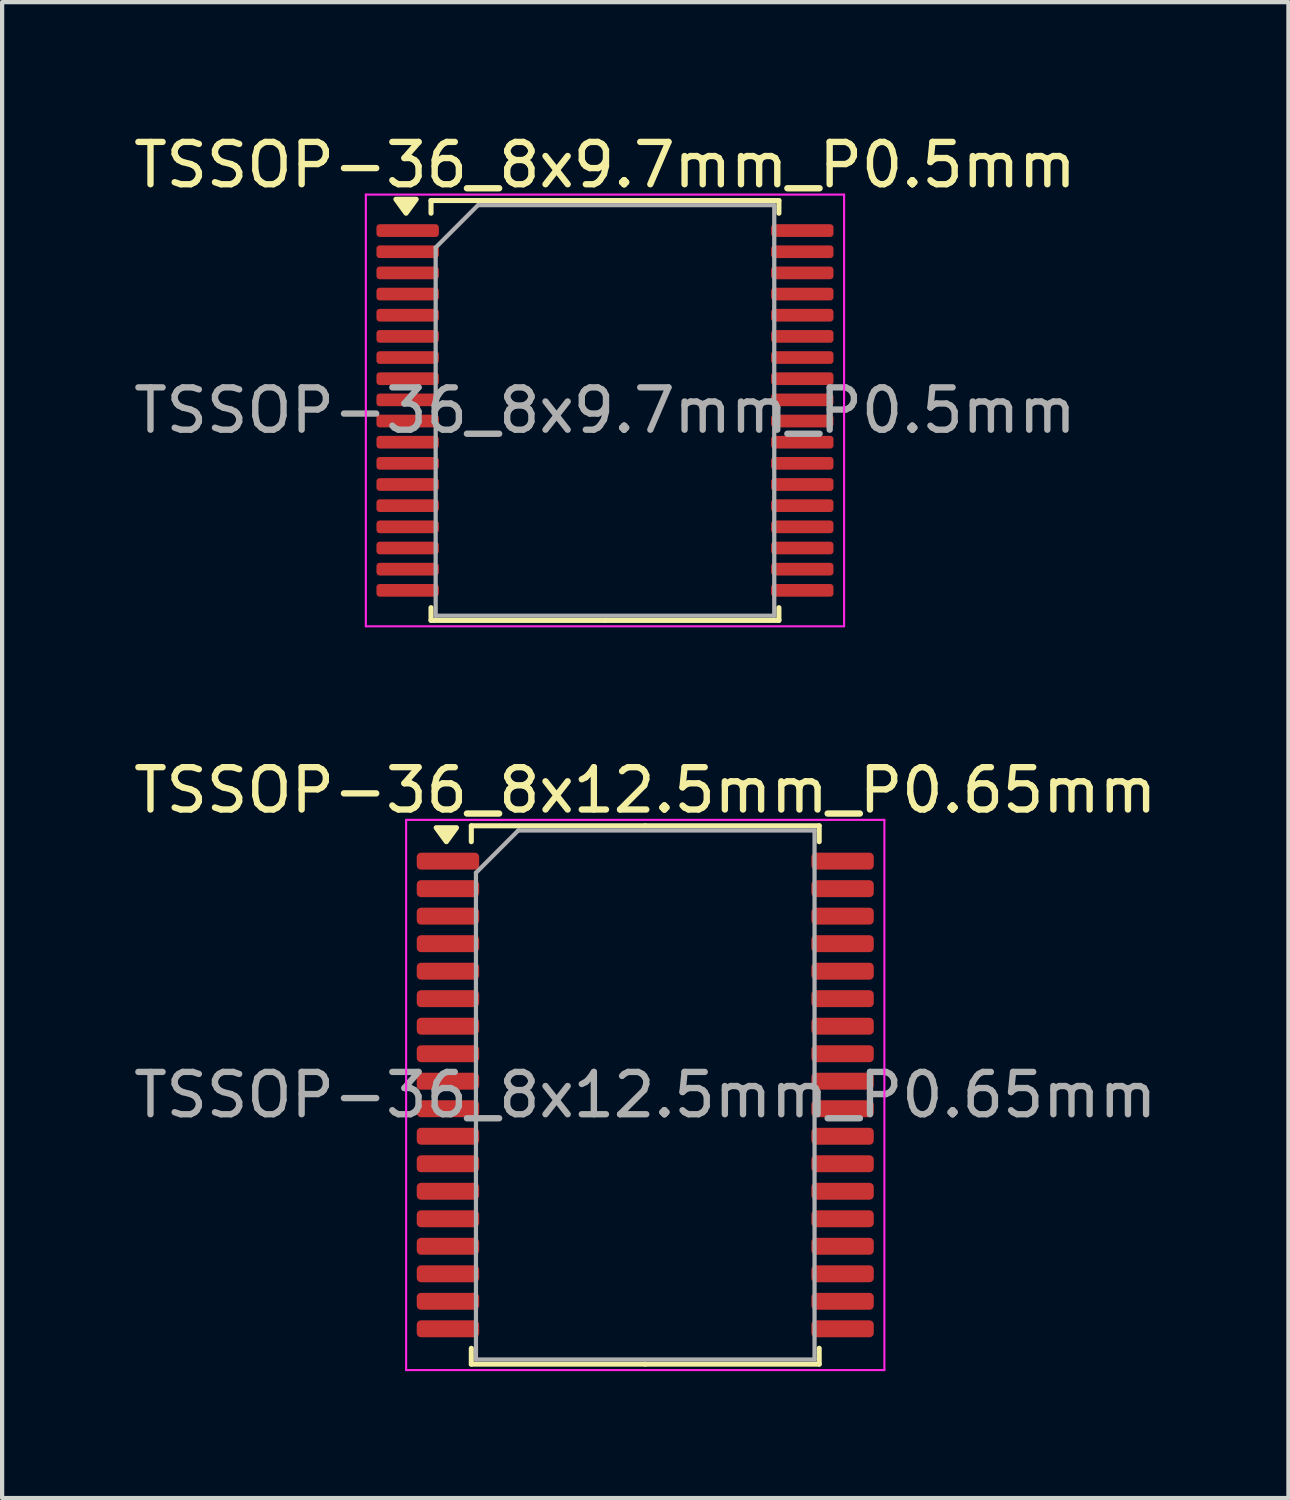
<source format=kicad_pcb>
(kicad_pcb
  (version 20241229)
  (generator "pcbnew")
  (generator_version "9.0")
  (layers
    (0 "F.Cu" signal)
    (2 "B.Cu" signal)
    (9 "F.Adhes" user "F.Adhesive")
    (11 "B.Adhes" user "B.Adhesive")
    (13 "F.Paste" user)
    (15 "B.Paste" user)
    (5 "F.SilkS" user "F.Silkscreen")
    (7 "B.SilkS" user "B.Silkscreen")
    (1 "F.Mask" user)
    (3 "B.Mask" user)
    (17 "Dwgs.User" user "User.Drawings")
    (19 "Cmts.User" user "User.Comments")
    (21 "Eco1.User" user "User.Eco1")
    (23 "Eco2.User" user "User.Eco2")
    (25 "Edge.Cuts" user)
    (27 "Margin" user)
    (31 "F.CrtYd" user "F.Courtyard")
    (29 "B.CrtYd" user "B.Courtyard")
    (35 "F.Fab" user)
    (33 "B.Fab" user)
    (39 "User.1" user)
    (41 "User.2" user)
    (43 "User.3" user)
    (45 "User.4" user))
  (footprint "TSSOP-36_8x9.7mm_P0.5mm"
    (layer "F.Cu")
    (at 11.244 6.648)
    (property "Reference" "TSSOP-36_8x9.7mm_P0.5mm" (at 0 -5.8 0) (layer "F.SilkS") (effects (font (size 1 1) (thickness 0.15))))
    (attr smd)
    (fp_line (start -4.11 -4.96) (end -4.11 -4.66) (stroke (width 0.12) (type solid)) (layer "F.SilkS"))
    (fp_line (start -4.11 4.96) (end -4.11 4.66) (stroke (width 0.12) (type solid)) (layer "F.SilkS"))
    (fp_line (start 0 -4.96) (end -4.11 -4.96) (stroke (width 0.12) (type solid)) (layer "F.SilkS"))
    (fp_line (start 0 -4.96) (end 4.11 -4.96) (stroke (width 0.12) (type solid)) (layer "F.SilkS"))
    (fp_line (start 0 4.96) (end -4.11 4.96) (stroke (width 0.12) (type solid)) (layer "F.SilkS"))
    (fp_line (start 0 4.96) (end 4.11 4.96) (stroke (width 0.12) (type solid)) (layer "F.SilkS"))
    (fp_line (start 4.11 -4.96) (end 4.11 -4.66) (stroke (width 0.12) (type solid)) (layer "F.SilkS"))
    (fp_line (start 4.11 4.96) (end 4.11 4.66) (stroke (width 0.12) (type solid)) (layer "F.SilkS"))
    (fp_poly (pts (xy -4.7 -4.66) (xy -4.94 -4.99) (xy -4.46 -4.99) (xy -4.7 -4.66)) (stroke (width 0.12) (type solid)) (fill yes) (layer "F.SilkS"))
    (fp_line (start -5.65 -5.1) (end -5.65 5.1) (stroke (width 0.05) (type solid)) (layer "F.CrtYd"))
    (fp_line (start -5.65 5.1) (end 5.65 5.1) (stroke (width 0.05) (type solid)) (layer "F.CrtYd"))
    (fp_line (start 5.65 -5.1) (end -5.65 -5.1) (stroke (width 0.05) (type solid)) (layer "F.CrtYd"))
    (fp_line (start 5.65 5.1) (end 5.65 -5.1) (stroke (width 0.05) (type solid)) (layer "F.CrtYd"))
    (fp_line (start -4 -3.85) (end -3 -4.85) (stroke (width 0.1) (type solid)) (layer "F.Fab"))
    (fp_line (start -4 4.85) (end -4 -3.85) (stroke (width 0.1) (type solid)) (layer "F.Fab"))
    (fp_line (start -3 -4.85) (end 4 -4.85) (stroke (width 0.1) (type solid)) (layer "F.Fab"))
    (fp_line (start 4 -4.85) (end 4 4.85) (stroke (width 0.1) (type solid)) (layer "F.Fab"))
    (fp_line (start 4 4.85) (end -4 4.85) (stroke (width 0.1) (type solid)) (layer "F.Fab"))
    (fp_text user "${REFERENCE}" (at 0 0 0) (layer "F.Fab") (effects (font (size 1 1) (thickness 0.15))))
    (pad "1" smd roundrect (at -4.662 -4.25) (size 1.475 0.3) (layers "F.Cu" "F.Mask" "F.Paste") (roundrect_rratio 0.25))
    (pad "2" smd roundrect (at -4.662 -3.75) (size 1.475 0.3) (layers "F.Cu" "F.Mask" "F.Paste") (roundrect_rratio 0.25))
    (pad "3" smd roundrect (at -4.662 -3.25) (size 1.475 0.3) (layers "F.Cu" "F.Mask" "F.Paste") (roundrect_rratio 0.25))
    (pad "4" smd roundrect (at -4.662 -2.75) (size 1.475 0.3) (layers "F.Cu" "F.Mask" "F.Paste") (roundrect_rratio 0.25))
    (pad "5" smd roundrect (at -4.662 -2.25) (size 1.475 0.3) (layers "F.Cu" "F.Mask" "F.Paste") (roundrect_rratio 0.25))
    (pad "6" smd roundrect (at -4.662 -1.75) (size 1.475 0.3) (layers "F.Cu" "F.Mask" "F.Paste") (roundrect_rratio 0.25))
    (pad "7" smd roundrect (at -4.662 -1.25) (size 1.475 0.3) (layers "F.Cu" "F.Mask" "F.Paste") (roundrect_rratio 0.25))
    (pad "8" smd roundrect (at -4.662 -0.75) (size 1.475 0.3) (layers "F.Cu" "F.Mask" "F.Paste") (roundrect_rratio 0.25))
    (pad "9" smd roundrect (at -4.662 -0.25) (size 1.475 0.3) (layers "F.Cu" "F.Mask" "F.Paste") (roundrect_rratio 0.25))
    (pad "10" smd roundrect (at -4.662 0.25) (size 1.475 0.3) (layers "F.Cu" "F.Mask" "F.Paste") (roundrect_rratio 0.25))
    (pad "11" smd roundrect (at -4.662 0.75) (size 1.475 0.3) (layers "F.Cu" "F.Mask" "F.Paste") (roundrect_rratio 0.25))
    (pad "12" smd roundrect (at -4.662 1.25) (size 1.475 0.3) (layers "F.Cu" "F.Mask" "F.Paste") (roundrect_rratio 0.25))
    (pad "13" smd roundrect (at -4.662 1.75) (size 1.475 0.3) (layers "F.Cu" "F.Mask" "F.Paste") (roundrect_rratio 0.25))
    (pad "14" smd roundrect (at -4.662 2.25) (size 1.475 0.3) (layers "F.Cu" "F.Mask" "F.Paste") (roundrect_rratio 0.25))
    (pad "15" smd roundrect (at -4.662 2.75) (size 1.475 0.3) (layers "F.Cu" "F.Mask" "F.Paste") (roundrect_rratio 0.25))
    (pad "16" smd roundrect (at -4.662 3.25) (size 1.475 0.3) (layers "F.Cu" "F.Mask" "F.Paste") (roundrect_rratio 0.25))
    (pad "17" smd roundrect (at -4.662 3.75) (size 1.475 0.3) (layers "F.Cu" "F.Mask" "F.Paste") (roundrect_rratio 0.25))
    (pad "18" smd roundrect (at -4.662 4.25) (size 1.475 0.3) (layers "F.Cu" "F.Mask" "F.Paste") (roundrect_rratio 0.25))
    (pad "19" smd roundrect (at 4.662 4.25) (size 1.475 0.3) (layers "F.Cu" "F.Mask" "F.Paste") (roundrect_rratio 0.25))
    (pad "20" smd roundrect (at 4.662 3.75) (size 1.475 0.3) (layers "F.Cu" "F.Mask" "F.Paste") (roundrect_rratio 0.25))
    (pad "21" smd roundrect (at 4.662 3.25) (size 1.475 0.3) (layers "F.Cu" "F.Mask" "F.Paste") (roundrect_rratio 0.25))
    (pad "22" smd roundrect (at 4.662 2.75) (size 1.475 0.3) (layers "F.Cu" "F.Mask" "F.Paste") (roundrect_rratio 0.25))
    (pad "23" smd roundrect (at 4.662 2.25) (size 1.475 0.3) (layers "F.Cu" "F.Mask" "F.Paste") (roundrect_rratio 0.25))
    (pad "24" smd roundrect (at 4.662 1.75) (size 1.475 0.3) (layers "F.Cu" "F.Mask" "F.Paste") (roundrect_rratio 0.25))
    (pad "25" smd roundrect (at 4.662 1.25) (size 1.475 0.3) (layers "F.Cu" "F.Mask" "F.Paste") (roundrect_rratio 0.25))
    (pad "26" smd roundrect (at 4.662 0.75) (size 1.475 0.3) (layers "F.Cu" "F.Mask" "F.Paste") (roundrect_rratio 0.25))
    (pad "27" smd roundrect (at 4.662 0.25) (size 1.475 0.3) (layers "F.Cu" "F.Mask" "F.Paste") (roundrect_rratio 0.25))
    (pad "28" smd roundrect (at 4.662 -0.25) (size 1.475 0.3) (layers "F.Cu" "F.Mask" "F.Paste") (roundrect_rratio 0.25))
    (pad "29" smd roundrect (at 4.662 -0.75) (size 1.475 0.3) (layers "F.Cu" "F.Mask" "F.Paste") (roundrect_rratio 0.25))
    (pad "30" smd roundrect (at 4.662 -1.25) (size 1.475 0.3) (layers "F.Cu" "F.Mask" "F.Paste") (roundrect_rratio 0.25))
    (pad "31" smd roundrect (at 4.662 -1.75) (size 1.475 0.3) (layers "F.Cu" "F.Mask" "F.Paste") (roundrect_rratio 0.25))
    (pad "32" smd roundrect (at 4.662 -2.25) (size 1.475 0.3) (layers "F.Cu" "F.Mask" "F.Paste") (roundrect_rratio 0.25))
    (pad "33" smd roundrect (at 4.662 -2.75) (size 1.475 0.3) (layers "F.Cu" "F.Mask" "F.Paste") (roundrect_rratio 0.25))
    (pad "34" smd roundrect (at 4.662 -3.25) (size 1.475 0.3) (layers "F.Cu" "F.Mask" "F.Paste") (roundrect_rratio 0.25))
    (pad "35" smd roundrect (at 4.662 -3.75) (size 1.475 0.3) (layers "F.Cu" "F.Mask" "F.Paste") (roundrect_rratio 0.25))
    (pad "36" smd roundrect (at 4.662 -4.25) (size 1.475 0.3) (layers "F.Cu" "F.Mask" "F.Paste") (roundrect_rratio 0.25)))
  (footprint "TSSOP-36_8x12.5mm_P0.65mm"
    (layer "F.Cu")
    (at 12.196 22.822)
    (property "Reference" "TSSOP-36_8x12.5mm_P0.65mm" (at 0 -7.2 0) (layer "F.SilkS") (effects (font (size 1 1) (thickness 0.15))))
    (attr smd)
    (fp_line (start -4.11 -6.36) (end -4.11 -5.985) (stroke (width 0.12) (type solid)) (layer "F.SilkS"))
    (fp_line (start -4.11 6.36) (end -4.11 5.985) (stroke (width 0.12) (type solid)) (layer "F.SilkS"))
    (fp_line (start 0 -6.36) (end -4.11 -6.36) (stroke (width 0.12) (type solid)) (layer "F.SilkS"))
    (fp_line (start 0 -6.36) (end 4.11 -6.36) (stroke (width 0.12) (type solid)) (layer "F.SilkS"))
    (fp_line (start 0 6.36) (end -4.11 6.36) (stroke (width 0.12) (type solid)) (layer "F.SilkS"))
    (fp_line (start 0 6.36) (end 4.11 6.36) (stroke (width 0.12) (type solid)) (layer "F.SilkS"))
    (fp_line (start 4.11 -6.36) (end 4.11 -5.985) (stroke (width 0.12) (type solid)) (layer "F.SilkS"))
    (fp_line (start 4.11 6.36) (end 4.11 5.985) (stroke (width 0.12) (type solid)) (layer "F.SilkS"))
    (fp_poly (pts (xy -4.7 -5.985) (xy -4.94 -6.315) (xy -4.46 -6.315) (xy -4.7 -5.985)) (stroke (width 0.12) (type solid)) (fill yes) (layer "F.SilkS"))
    (fp_line (start -5.65 -6.5) (end -5.65 6.5) (stroke (width 0.05) (type solid)) (layer "F.CrtYd"))
    (fp_line (start -5.65 6.5) (end 5.65 6.5) (stroke (width 0.05) (type solid)) (layer "F.CrtYd"))
    (fp_line (start 5.65 -6.5) (end -5.65 -6.5) (stroke (width 0.05) (type solid)) (layer "F.CrtYd"))
    (fp_line (start 5.65 6.5) (end 5.65 -6.5) (stroke (width 0.05) (type solid)) (layer "F.CrtYd"))
    (fp_line (start -4 -5.25) (end -3 -6.25) (stroke (width 0.1) (type solid)) (layer "F.Fab"))
    (fp_line (start -4 6.25) (end -4 -5.25) (stroke (width 0.1) (type solid)) (layer "F.Fab"))
    (fp_line (start -3 -6.25) (end 4 -6.25) (stroke (width 0.1) (type solid)) (layer "F.Fab"))
    (fp_line (start 4 -6.25) (end 4 6.25) (stroke (width 0.1) (type solid)) (layer "F.Fab"))
    (fp_line (start 4 6.25) (end -4 6.25) (stroke (width 0.1) (type solid)) (layer "F.Fab"))
    (fp_text user "${REFERENCE}" (at 0 0 0) (layer "F.Fab") (effects (font (size 1 1) (thickness 0.15))))
    (pad "1" smd roundrect (at -4.662 -5.525) (size 1.475 0.4) (layers "F.Cu" "F.Mask" "F.Paste") (roundrect_rratio 0.25))
    (pad "2" smd roundrect (at -4.662 -4.875) (size 1.475 0.4) (layers "F.Cu" "F.Mask" "F.Paste") (roundrect_rratio 0.25))
    (pad "3" smd roundrect (at -4.662 -4.225) (size 1.475 0.4) (layers "F.Cu" "F.Mask" "F.Paste") (roundrect_rratio 0.25))
    (pad "4" smd roundrect (at -4.662 -3.575) (size 1.475 0.4) (layers "F.Cu" "F.Mask" "F.Paste") (roundrect_rratio 0.25))
    (pad "5" smd roundrect (at -4.662 -2.925) (size 1.475 0.4) (layers "F.Cu" "F.Mask" "F.Paste") (roundrect_rratio 0.25))
    (pad "6" smd roundrect (at -4.662 -2.275) (size 1.475 0.4) (layers "F.Cu" "F.Mask" "F.Paste") (roundrect_rratio 0.25))
    (pad "7" smd roundrect (at -4.662 -1.625) (size 1.475 0.4) (layers "F.Cu" "F.Mask" "F.Paste") (roundrect_rratio 0.25))
    (pad "8" smd roundrect (at -4.662 -0.975) (size 1.475 0.4) (layers "F.Cu" "F.Mask" "F.Paste") (roundrect_rratio 0.25))
    (pad "9" smd roundrect (at -4.662 -0.325) (size 1.475 0.4) (layers "F.Cu" "F.Mask" "F.Paste") (roundrect_rratio 0.25))
    (pad "10" smd roundrect (at -4.662 0.325) (size 1.475 0.4) (layers "F.Cu" "F.Mask" "F.Paste") (roundrect_rratio 0.25))
    (pad "11" smd roundrect (at -4.662 0.975) (size 1.475 0.4) (layers "F.Cu" "F.Mask" "F.Paste") (roundrect_rratio 0.25))
    (pad "12" smd roundrect (at -4.662 1.625) (size 1.475 0.4) (layers "F.Cu" "F.Mask" "F.Paste") (roundrect_rratio 0.25))
    (pad "13" smd roundrect (at -4.662 2.275) (size 1.475 0.4) (layers "F.Cu" "F.Mask" "F.Paste") (roundrect_rratio 0.25))
    (pad "14" smd roundrect (at -4.662 2.925) (size 1.475 0.4) (layers "F.Cu" "F.Mask" "F.Paste") (roundrect_rratio 0.25))
    (pad "15" smd roundrect (at -4.662 3.575) (size 1.475 0.4) (layers "F.Cu" "F.Mask" "F.Paste") (roundrect_rratio 0.25))
    (pad "16" smd roundrect (at -4.662 4.225) (size 1.475 0.4) (layers "F.Cu" "F.Mask" "F.Paste") (roundrect_rratio 0.25))
    (pad "17" smd roundrect (at -4.662 4.875) (size 1.475 0.4) (layers "F.Cu" "F.Mask" "F.Paste") (roundrect_rratio 0.25))
    (pad "18" smd roundrect (at -4.662 5.525) (size 1.475 0.4) (layers "F.Cu" "F.Mask" "F.Paste") (roundrect_rratio 0.25))
    (pad "19" smd roundrect (at 4.662 5.525) (size 1.475 0.4) (layers "F.Cu" "F.Mask" "F.Paste") (roundrect_rratio 0.25))
    (pad "20" smd roundrect (at 4.662 4.875) (size 1.475 0.4) (layers "F.Cu" "F.Mask" "F.Paste") (roundrect_rratio 0.25))
    (pad "21" smd roundrect (at 4.662 4.225) (size 1.475 0.4) (layers "F.Cu" "F.Mask" "F.Paste") (roundrect_rratio 0.25))
    (pad "22" smd roundrect (at 4.662 3.575) (size 1.475 0.4) (layers "F.Cu" "F.Mask" "F.Paste") (roundrect_rratio 0.25))
    (pad "23" smd roundrect (at 4.662 2.925) (size 1.475 0.4) (layers "F.Cu" "F.Mask" "F.Paste") (roundrect_rratio 0.25))
    (pad "24" smd roundrect (at 4.662 2.275) (size 1.475 0.4) (layers "F.Cu" "F.Mask" "F.Paste") (roundrect_rratio 0.25))
    (pad "25" smd roundrect (at 4.662 1.625) (size 1.475 0.4) (layers "F.Cu" "F.Mask" "F.Paste") (roundrect_rratio 0.25))
    (pad "26" smd roundrect (at 4.662 0.975) (size 1.475 0.4) (layers "F.Cu" "F.Mask" "F.Paste") (roundrect_rratio 0.25))
    (pad "27" smd roundrect (at 4.662 0.325) (size 1.475 0.4) (layers "F.Cu" "F.Mask" "F.Paste") (roundrect_rratio 0.25))
    (pad "28" smd roundrect (at 4.662 -0.325) (size 1.475 0.4) (layers "F.Cu" "F.Mask" "F.Paste") (roundrect_rratio 0.25))
    (pad "29" smd roundrect (at 4.662 -0.975) (size 1.475 0.4) (layers "F.Cu" "F.Mask" "F.Paste") (roundrect_rratio 0.25))
    (pad "30" smd roundrect (at 4.662 -1.625) (size 1.475 0.4) (layers "F.Cu" "F.Mask" "F.Paste") (roundrect_rratio 0.25))
    (pad "31" smd roundrect (at 4.662 -2.275) (size 1.475 0.4) (layers "F.Cu" "F.Mask" "F.Paste") (roundrect_rratio 0.25))
    (pad "32" smd roundrect (at 4.662 -2.925) (size 1.475 0.4) (layers "F.Cu" "F.Mask" "F.Paste") (roundrect_rratio 0.25))
    (pad "33" smd roundrect (at 4.662 -3.575) (size 1.475 0.4) (layers "F.Cu" "F.Mask" "F.Paste") (roundrect_rratio 0.25))
    (pad "34" smd roundrect (at 4.662 -4.225) (size 1.475 0.4) (layers "F.Cu" "F.Mask" "F.Paste") (roundrect_rratio 0.25))
    (pad "35" smd roundrect (at 4.662 -4.875) (size 1.475 0.4) (layers "F.Cu" "F.Mask" "F.Paste") (roundrect_rratio 0.25))
    (pad "36" smd roundrect (at 4.662 -5.525) (size 1.475 0.4) (layers "F.Cu" "F.Mask" "F.Paste") (roundrect_rratio 0.25)))
  (gr_rect
    (start -3 -3)
    (end 27.393 32.346)
    (stroke (width 0.1) (type default))
    (fill no)
    (layer "Edge.Cuts")))
</source>
